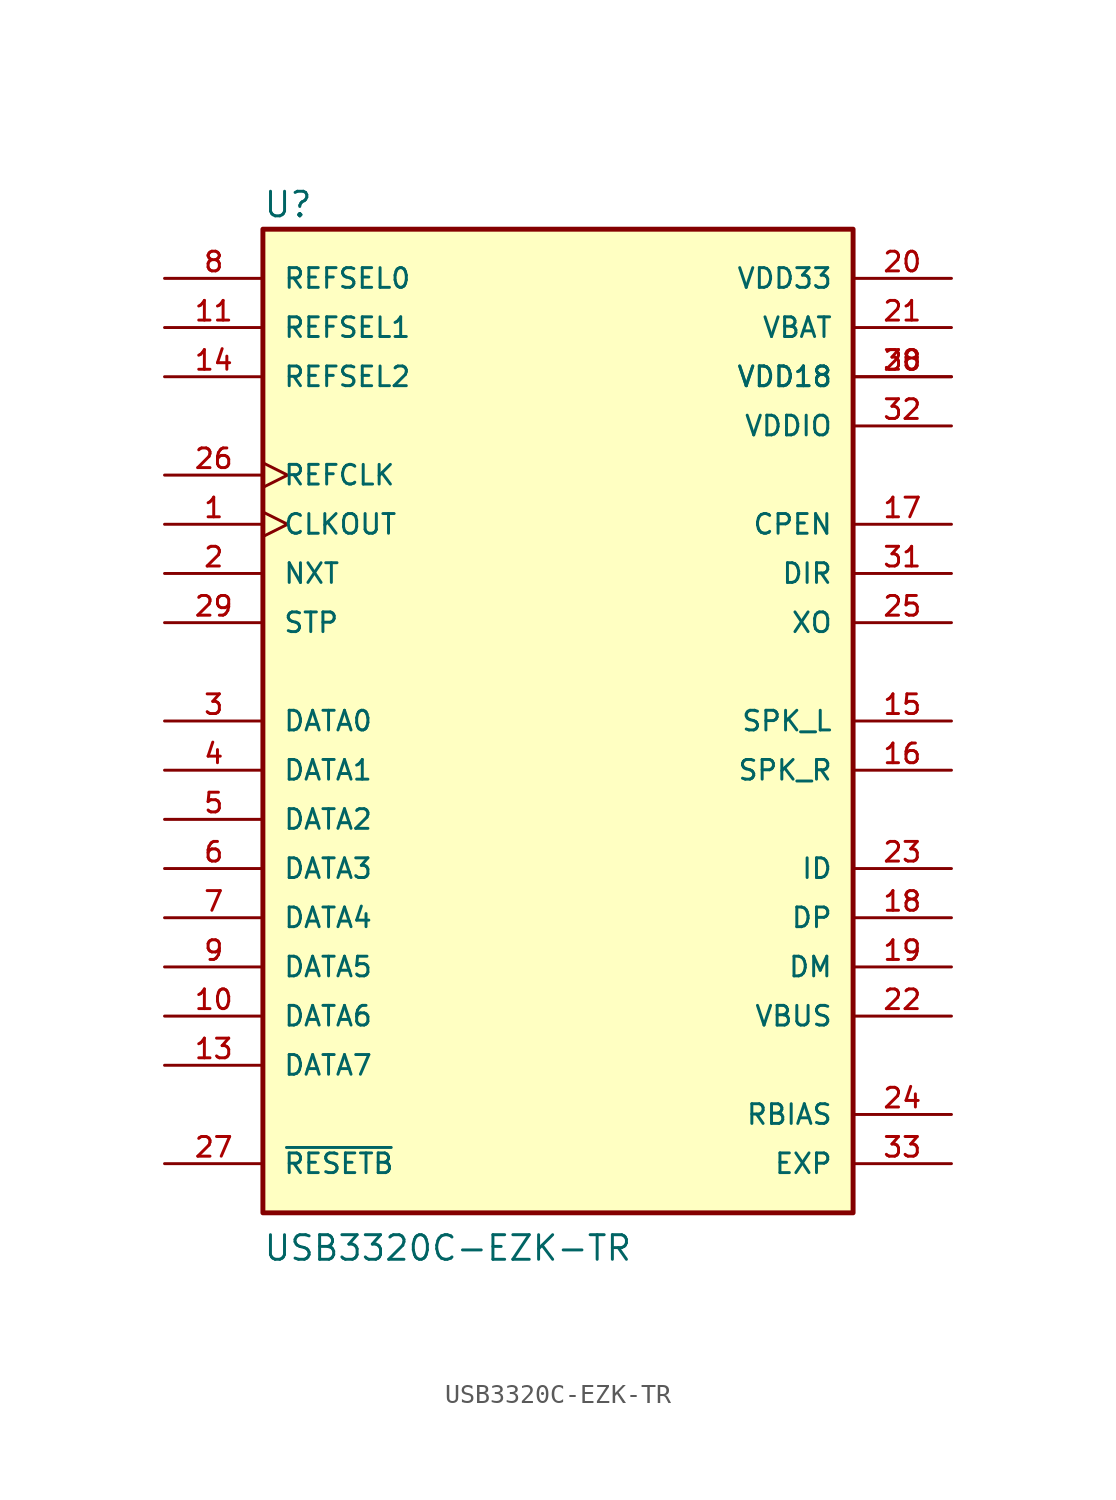
<source format=kicad_sym>
(kicad_symbol_lib
  (version 20220914)
  (generator kicad_symbol_editor)
  (symbol "USB3320C-EZK-TR"
    (pin_names
      (offset 1.016))
    (property "Reference" "U"
      (at -15.25 25.926 0)
      (effects (font (size 1.27 1.27)) (justify left bottom)))
    (property "Value" "USB3320C-EZK-TR"
      (at -15.253 -27.963 0)
      (effects (font (size 1.27 1.27)) (justify left bottom)))
    (symbol "USB3320C-EZK-TR_0_0"
      (rectangle (start -15.24 -25.4) (end 15.24 25.4) (stroke (width 0.254) (type default)) (fill (type background)))
      (pin output clock (at -20.32 10.16 0) (length 5.08) (name "CLKOUT" (effects (font (size 1.016 1.016)))) (number "1" (effects (font (size 1.016 1.016)))))
      (pin bidirectional line (at -20.32 -15.24 0) (length 5.08) (name "DATA6" (effects (font (size 1.016 1.016)))) (number "10" (effects (font (size 1.016 1.016)))))
      (pin input line (at -20.32 20.32 0) (length 5.08) (name "REFSEL1" (effects (font (size 1.016 1.016)))) (number "11" (effects (font (size 1.016 1.016)))))
      (pin bidirectional line (at -20.32 -17.78 0) (length 5.08) (name "DATA7" (effects (font (size 1.016 1.016)))) (number "13" (effects (font (size 1.016 1.016)))))
      (pin input line (at -20.32 17.78 0) (length 5.08) (name "REFSEL2" (effects (font (size 1.016 1.016)))) (number "14" (effects (font (size 1.016 1.016)))))
      (pin bidirectional line (at 20.32 0 180) (length 5.08) (name "SPK_L" (effects (font (size 1.016 1.016)))) (number "15" (effects (font (size 1.016 1.016)))))
      (pin bidirectional line (at 20.32 -2.54 180) (length 5.08) (name "SPK_R" (effects (font (size 1.016 1.016)))) (number "16" (effects (font (size 1.016 1.016)))))
      (pin output line (at 20.32 10.16 180) (length 5.08) (name "CPEN" (effects (font (size 1.016 1.016)))) (number "17" (effects (font (size 1.016 1.016)))))
      (pin bidirectional line (at 20.32 -10.16 180) (length 5.08) (name "DP" (effects (font (size 1.016 1.016)))) (number "18" (effects (font (size 1.016 1.016)))))
      (pin bidirectional line (at 20.32 -12.7 180) (length 5.08) (name "DM" (effects (font (size 1.016 1.016)))) (number "19" (effects (font (size 1.016 1.016)))))
      (pin output line (at -20.32 7.62 0) (length 5.08) (name "NXT" (effects (font (size 1.016 1.016)))) (number "2" (effects (font (size 1.016 1.016)))))
      (pin power_in line (at 20.32 22.86 180) (length 5.08) (name "VDD33" (effects (font (size 1.016 1.016)))) (number "20" (effects (font (size 1.016 1.016)))))
      (pin power_in line (at 20.32 20.32 180) (length 5.08) (name "VBAT" (effects (font (size 1.016 1.016)))) (number "21" (effects (font (size 1.016 1.016)))))
      (pin power_in line (at 20.32 -15.24 180) (length 5.08) (name "VBUS" (effects (font (size 1.016 1.016)))) (number "22" (effects (font (size 1.016 1.016)))))
      (pin input line (at 20.32 -7.62 180) (length 5.08) (name "ID" (effects (font (size 1.016 1.016)))) (number "23" (effects (font (size 1.016 1.016)))))
      (pin bidirectional line (at 20.32 -20.32 180) (length 5.08) (name "RBIAS" (effects (font (size 1.016 1.016)))) (number "24" (effects (font (size 1.016 1.016)))))
      (pin output line (at 20.32 5.08 180) (length 5.08) (name "XO" (effects (font (size 1.016 1.016)))) (number "25" (effects (font (size 1.016 1.016)))))
      (pin input clock (at -20.32 12.7 0) (length 5.08) (name "REFCLK" (effects (font (size 1.016 1.016)))) (number "26" (effects (font (size 1.016 1.016)))))
      (pin input line (at -20.32 -22.86 0) (length 5.08) (name "~{RESETB}" (effects (font (size 1.016 1.016)))) (number "27" (effects (font (size 1.016 1.016)))))
      (pin power_in line (at 20.32 17.78 180) (length 5.08) (name "VDD18" (effects (font (size 1.016 1.016)))) (number "28" (effects (font (size 1.016 1.016)))))
      (pin input line (at -20.32 5.08 0) (length 5.08) (name "STP" (effects (font (size 1.016 1.016)))) (number "29" (effects (font (size 1.016 1.016)))))
      (pin bidirectional line (at -20.32 0 0) (length 5.08) (name "DATA0" (effects (font (size 1.016 1.016)))) (number "3" (effects (font (size 1.016 1.016)))))
      (pin power_in line (at 20.32 17.78 180) (length 5.08) (name "VDD18" (effects (font (size 1.016 1.016)))) (number "30" (effects (font (size 1.016 1.016)))))
      (pin output line (at 20.32 7.62 180) (length 5.08) (name "DIR" (effects (font (size 1.016 1.016)))) (number "31" (effects (font (size 1.016 1.016)))))
      (pin power_in line (at 20.32 15.24 180) (length 5.08) (name "VDDIO" (effects (font (size 1.016 1.016)))) (number "32" (effects (font (size 1.016 1.016)))))
      (pin power_in line (at 20.32 -22.86 180) (length 5.08) (name "EXP" (effects (font (size 1.016 1.016)))) (number "33" (effects (font (size 1.016 1.016)))))
      (pin bidirectional line (at -20.32 -2.54 0) (length 5.08) (name "DATA1" (effects (font (size 1.016 1.016)))) (number "4" (effects (font (size 1.016 1.016)))))
      (pin bidirectional line (at -20.32 -5.08 0) (length 5.08) (name "DATA2" (effects (font (size 1.016 1.016)))) (number "5" (effects (font (size 1.016 1.016)))))
      (pin bidirectional line (at -20.32 -7.62 0) (length 5.08) (name "DATA3" (effects (font (size 1.016 1.016)))) (number "6" (effects (font (size 1.016 1.016)))))
      (pin bidirectional line (at -20.32 -10.16 0) (length 5.08) (name "DATA4" (effects (font (size 1.016 1.016)))) (number "7" (effects (font (size 1.016 1.016)))))
      (pin input line (at -20.32 22.86 0) (length 5.08) (name "REFSEL0" (effects (font (size 1.016 1.016)))) (number "8" (effects (font (size 1.016 1.016)))))
      (pin bidirectional line (at -20.32 -12.7 0) (length 5.08) (name "DATA5" (effects (font (size 1.016 1.016)))) (number "9" (effects (font (size 1.016 1.016))))))))
</source>
